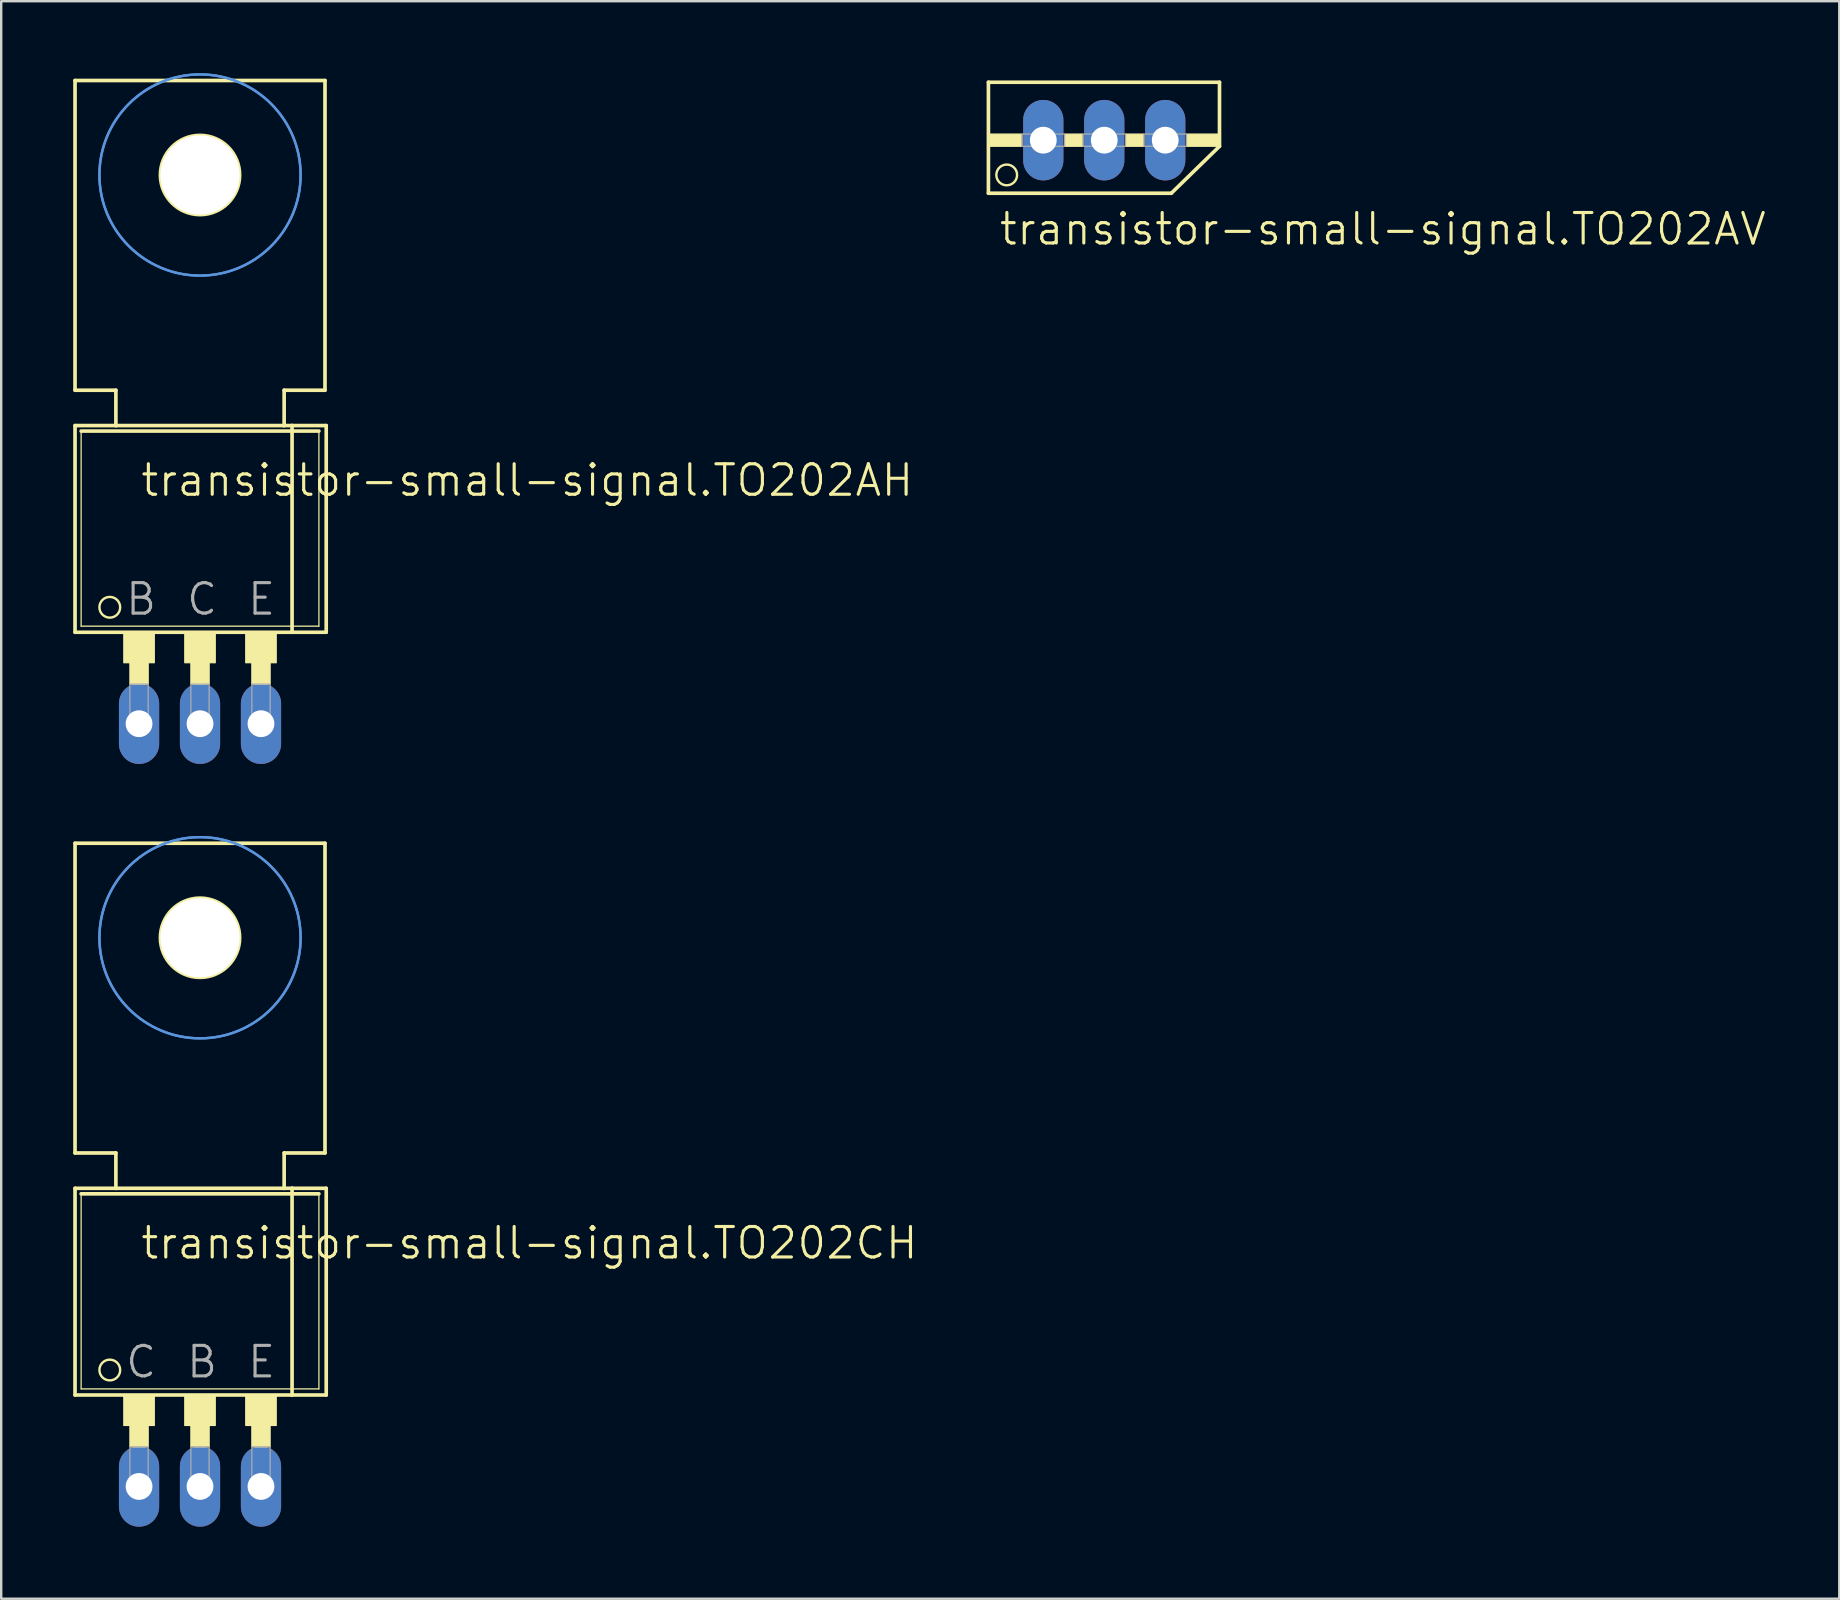
<source format=kicad_pcb>
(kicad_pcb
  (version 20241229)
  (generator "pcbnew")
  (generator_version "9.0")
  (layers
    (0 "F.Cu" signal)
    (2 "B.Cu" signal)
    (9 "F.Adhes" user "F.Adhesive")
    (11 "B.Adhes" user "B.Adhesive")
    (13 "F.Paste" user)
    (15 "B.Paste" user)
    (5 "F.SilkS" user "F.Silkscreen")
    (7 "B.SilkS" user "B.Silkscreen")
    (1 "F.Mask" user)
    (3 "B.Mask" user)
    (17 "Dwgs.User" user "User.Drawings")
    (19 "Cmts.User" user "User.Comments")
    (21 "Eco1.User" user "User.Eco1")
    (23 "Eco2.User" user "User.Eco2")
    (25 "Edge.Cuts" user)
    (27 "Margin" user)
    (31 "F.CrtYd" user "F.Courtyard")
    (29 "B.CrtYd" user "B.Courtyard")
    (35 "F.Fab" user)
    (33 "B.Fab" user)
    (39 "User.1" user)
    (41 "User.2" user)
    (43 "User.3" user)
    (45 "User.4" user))
  (footprint "transistor-small-signal.TO202AV"
    (layer "F.Cu")
    (at 42.955 0.25)
    (property "Reference" "transistor-small-signal.TO202AV" (at -4.445 6.985 0) (layer "F.SilkS") (effects (font (size 1.27 1.27) (thickness 0.13)) (justify left bottom)))
    (attr through_hole)
    (fp_line (start -4.826 0.127) (end 4.801 0.127) (stroke (width 0.152) (type default)) (layer "F.SilkS"))
    (fp_line (start -4.826 4.75) (end -4.826 0.127) (stroke (width 0.152) (type default)) (layer "F.SilkS"))
    (fp_line (start -4.826 4.75) (end 2.794 4.75) (stroke (width 0.152) (type default)) (layer "F.SilkS"))
    (fp_line (start 2.794 4.75) (end 4.801 2.794) (stroke (width 0.152) (type default)) (layer "F.SilkS"))
    (fp_line (start 4.801 0.127) (end 4.801 2.794) (stroke (width 0.152) (type default)) (layer "F.SilkS"))
    (fp_rect (start -4.826 2.794) (end -3.429 2.286) (stroke (width 0.05) (type default)) (fill yes) (layer "F.SilkS"))
    (fp_rect (start -1.651 2.794) (end -0.889 2.286) (stroke (width 0.05) (type default)) (fill yes) (layer "F.SilkS"))
    (fp_rect (start 0.889 2.794) (end 1.651 2.286) (stroke (width 0.05) (type default)) (fill yes) (layer "F.SilkS"))
    (fp_rect (start 3.429 2.794) (end 4.826 2.286) (stroke (width 0.05) (type default)) (fill yes) (layer "F.SilkS"))
    (fp_circle (center -4.064 3.988) (end -3.632 3.988) (stroke (width 0.1) (type default)) (fill no) (layer "F.SilkS"))
    (fp_rect (start -3.429 2.794) (end -1.651 2.286) (stroke (width 0.05) (type default)) (fill no) (layer "F.Fab"))
    (fp_rect (start -0.889 2.794) (end 0.889 2.286) (stroke (width 0.05) (type default)) (fill no) (layer "F.Fab"))
    (fp_rect (start 1.651 2.794) (end 3.429 2.286) (stroke (width 0.05) (type default)) (fill no) (layer "F.Fab"))
    (pad "B" thru_hole oval (at -2.54 2.54 90) (size 3.353 1.676) (drill 1.118) (layers "*.Cu" "*.Mask"))
    (pad "C" thru_hole oval (at 0 2.54 90) (size 3.353 1.676) (drill 1.118) (layers "*.Cu" "*.Mask"))
    (pad "E" thru_hole oval (at 2.54 2.54 90) (size 3.353 1.676) (drill 1.118) (layers "*.Cu" "*.Mask")))
  (footprint "transistor-small-signal.TO202CH"
    (layer "F.Cu")
    (at 5.283 53.798)
    (property "Reference" "transistor-small-signal.TO202CH" (at -2.54 -4.318 0) (layer "F.SilkS") (effects (font (size 1.27 1.27) (thickness 0.13)) (justify left bottom)))
    (attr through_hole)
    (fp_line (start -5.207 -21.717) (end -5.207 -8.814) (stroke (width 0.152) (type default)) (layer "F.SilkS"))
    (fp_line (start -5.207 -7.341) (end -3.505 -7.341) (stroke (width 0.152) (type default)) (layer "F.SilkS"))
    (fp_line (start -5.207 1.27) (end -5.207 -7.341) (stroke (width 0.152) (type default)) (layer "F.SilkS"))
    (fp_line (start -5.207 1.27) (end 3.835 1.27) (stroke (width 0.152) (type default)) (layer "F.SilkS"))
    (fp_line (start -4.953 1.016) (end -4.953 -7.112) (stroke (width 0.051) (type default)) (layer "F.SilkS"))
    (fp_line (start -4.953 1.016) (end 4.953 1.016) (stroke (width 0.051) (type default)) (layer "F.SilkS"))
    (fp_line (start -3.505 -8.814) (end -5.207 -8.814) (stroke (width 0.152) (type default)) (layer "F.SilkS"))
    (fp_line (start -3.505 -7.341) (end -3.505 -8.814) (stroke (width 0.152) (type default)) (layer "F.SilkS"))
    (fp_line (start -3.505 -7.341) (end 3.505 -7.341) (stroke (width 0.152) (type default)) (layer "F.SilkS"))
    (fp_line (start 3.505 -8.814) (end 3.505 -7.341) (stroke (width 0.152) (type default)) (layer "F.SilkS"))
    (fp_line (start 3.505 -7.341) (end 3.835 -7.341) (stroke (width 0.152) (type default)) (layer "F.SilkS"))
    (fp_line (start 3.835 -7.341) (end 5.258 -7.341) (stroke (width 0.152) (type default)) (layer "F.SilkS"))
    (fp_line (start 3.835 1.27) (end 3.835 -7.341) (stroke (width 0.152) (type default)) (layer "F.SilkS"))
    (fp_line (start 3.835 1.27) (end 5.258 1.27) (stroke (width 0.152) (type default)) (layer "F.SilkS"))
    (fp_line (start 4.953 -7.112) (end -4.953 -7.112) (stroke (width 0.152) (type default)) (layer "F.SilkS"))
    (fp_line (start 4.953 -7.112) (end 4.953 1.016) (stroke (width 0.051) (type default)) (layer "F.SilkS"))
    (fp_line (start 5.207 -21.717) (end -5.207 -21.717) (stroke (width 0.152) (type default)) (layer "F.SilkS"))
    (fp_line (start 5.207 -21.717) (end 5.207 -8.814) (stroke (width 0.152) (type default)) (layer "F.SilkS"))
    (fp_line (start 5.207 -8.814) (end 3.505 -8.814) (stroke (width 0.152) (type default)) (layer "F.SilkS"))
    (fp_line (start 5.258 1.27) (end 5.258 -7.341) (stroke (width 0.152) (type default)) (layer "F.SilkS"))
    (fp_rect (start -3.175 2.54) (end -1.905 1.27) (stroke (width 0.05) (type default)) (fill yes) (layer "F.SilkS"))
    (fp_rect (start -2.921 3.429) (end -2.159 2.54) (stroke (width 0.05) (type default)) (fill yes) (layer "F.SilkS"))
    (fp_rect (start -0.635 2.54) (end 0.635 1.27) (stroke (width 0.05) (type default)) (fill yes) (layer "F.SilkS"))
    (fp_rect (start -0.381 3.429) (end 0.381 2.54) (stroke (width 0.05) (type default)) (fill yes) (layer "F.SilkS"))
    (fp_rect (start 1.905 2.54) (end 3.175 1.27) (stroke (width 0.05) (type default)) (fill yes) (layer "F.SilkS"))
    (fp_rect (start 2.159 3.429) (end 2.921 2.54) (stroke (width 0.05) (type default)) (fill yes) (layer "F.SilkS"))
    (fp_circle (center -3.759 0.229) (end -3.327 0.229) (stroke (width 0.1) (type default)) (fill no) (layer "F.SilkS"))
    (fp_circle (center 0 -17.78) (end 1.651 -17.78) (stroke (width 0.152) (type default)) (fill no) (layer "F.SilkS"))
    (fp_circle (center 0 -17.78) (end 4.191 -17.78) (stroke (width 0.1) (type default)) (fill no) (layer "Cmts.User"))
    (fp_circle (center 0 -17.78) (end 4.191 -17.78) (stroke (width 0.1) (type default)) (fill no) (layer "Cmts.User"))
    (fp_rect (start -2.921 5.08) (end -2.159 3.429) (stroke (width 0.05) (type default)) (fill no) (layer "F.Fab"))
    (fp_rect (start -0.381 5.08) (end 0.381 3.429) (stroke (width 0.05) (type default)) (fill no) (layer "F.Fab"))
    (fp_rect (start 2.159 5.08) (end 2.921 3.429) (stroke (width 0.05) (type default)) (fill no) (layer "F.Fab"))
    (fp_text user "C" (at -3.175 0.635 0) (layer "F.Fab") (effects (font (size 1.27 1.27) (thickness 0.13)) (justify left bottom)))
    (fp_text user "E" (at 1.905 0.635 0) (layer "F.Fab") (effects (font (size 1.27 1.27) (thickness 0.13)) (justify left bottom)))
    (fp_text user "B" (at -0.635 0.635 0) (layer "F.Fab") (effects (font (size 1.27 1.27) (thickness 0.13)) (justify left bottom)))
    (pad "" np_thru_hole circle (at 0 -17.78) (size 3.302 3.302) (drill 3.302) (layers "*.Cu" "*.Mask"))
    (pad "B" thru_hole oval (at 0 5.08 90) (size 3.353 1.676) (drill 1.118) (layers "*.Cu" "*.Mask"))
    (pad "C" thru_hole oval (at -2.54 5.08 90) (size 3.353 1.676) (drill 1.118) (layers "*.Cu" "*.Mask"))
    (pad "E" thru_hole oval (at 2.54 5.08 90) (size 3.353 1.676) (drill 1.118) (layers "*.Cu" "*.Mask")))
  (footprint "transistor-small-signal.TO202AH"
    (layer "F.Cu")
    (at 5.283 22.021)
    (property "Reference" "transistor-small-signal.TO202AH" (at -2.54 -4.318 0) (layer "F.SilkS") (effects (font (size 1.27 1.27) (thickness 0.13)) (justify left bottom)))
    (attr through_hole)
    (fp_line (start -5.207 -21.717) (end -5.207 -8.814) (stroke (width 0.152) (type default)) (layer "F.SilkS"))
    (fp_line (start -5.207 -7.341) (end -3.505 -7.341) (stroke (width 0.152) (type default)) (layer "F.SilkS"))
    (fp_line (start -5.207 1.27) (end -5.207 -7.341) (stroke (width 0.152) (type default)) (layer "F.SilkS"))
    (fp_line (start -5.207 1.27) (end 3.835 1.27) (stroke (width 0.152) (type default)) (layer "F.SilkS"))
    (fp_line (start -4.953 1.016) (end -4.953 -7.112) (stroke (width 0.051) (type default)) (layer "F.SilkS"))
    (fp_line (start -4.953 1.016) (end 4.953 1.016) (stroke (width 0.051) (type default)) (layer "F.SilkS"))
    (fp_line (start -3.505 -8.814) (end -5.207 -8.814) (stroke (width 0.152) (type default)) (layer "F.SilkS"))
    (fp_line (start -3.505 -7.341) (end -3.505 -8.814) (stroke (width 0.152) (type default)) (layer "F.SilkS"))
    (fp_line (start -3.505 -7.341) (end 3.505 -7.341) (stroke (width 0.152) (type default)) (layer "F.SilkS"))
    (fp_line (start 3.505 -8.814) (end 3.505 -7.341) (stroke (width 0.152) (type default)) (layer "F.SilkS"))
    (fp_line (start 3.505 -7.341) (end 3.835 -7.341) (stroke (width 0.152) (type default)) (layer "F.SilkS"))
    (fp_line (start 3.835 -7.341) (end 5.258 -7.341) (stroke (width 0.152) (type default)) (layer "F.SilkS"))
    (fp_line (start 3.835 1.27) (end 3.835 -7.341) (stroke (width 0.152) (type default)) (layer "F.SilkS"))
    (fp_line (start 3.835 1.27) (end 5.258 1.27) (stroke (width 0.152) (type default)) (layer "F.SilkS"))
    (fp_line (start 4.953 -7.112) (end -4.953 -7.112) (stroke (width 0.152) (type default)) (layer "F.SilkS"))
    (fp_line (start 4.953 -7.112) (end 4.953 1.016) (stroke (width 0.051) (type default)) (layer "F.SilkS"))
    (fp_line (start 5.207 -21.717) (end -5.207 -21.717) (stroke (width 0.152) (type default)) (layer "F.SilkS"))
    (fp_line (start 5.207 -21.717) (end 5.207 -8.814) (stroke (width 0.152) (type default)) (layer "F.SilkS"))
    (fp_line (start 5.207 -8.814) (end 3.505 -8.814) (stroke (width 0.152) (type default)) (layer "F.SilkS"))
    (fp_line (start 5.258 1.27) (end 5.258 -7.341) (stroke (width 0.152) (type default)) (layer "F.SilkS"))
    (fp_rect (start -3.175 2.54) (end -1.905 1.27) (stroke (width 0.05) (type default)) (fill yes) (layer "F.SilkS"))
    (fp_rect (start -2.921 3.429) (end -2.159 2.54) (stroke (width 0.05) (type default)) (fill yes) (layer "F.SilkS"))
    (fp_rect (start -0.635 2.54) (end 0.635 1.27) (stroke (width 0.05) (type default)) (fill yes) (layer "F.SilkS"))
    (fp_rect (start -0.381 3.429) (end 0.381 2.54) (stroke (width 0.05) (type default)) (fill yes) (layer "F.SilkS"))
    (fp_rect (start 1.905 2.54) (end 3.175 1.27) (stroke (width 0.05) (type default)) (fill yes) (layer "F.SilkS"))
    (fp_rect (start 2.159 3.429) (end 2.921 2.54) (stroke (width 0.05) (type default)) (fill yes) (layer "F.SilkS"))
    (fp_circle (center -3.759 0.229) (end -3.327 0.229) (stroke (width 0.1) (type default)) (fill no) (layer "F.SilkS"))
    (fp_circle (center 0 -17.78) (end 1.651 -17.78) (stroke (width 0.152) (type default)) (fill no) (layer "F.SilkS"))
    (fp_circle (center 0 -17.78) (end 4.191 -17.78) (stroke (width 0.1) (type default)) (fill no) (layer "Cmts.User"))
    (fp_circle (center 0 -17.78) (end 4.191 -17.78) (stroke (width 0.1) (type default)) (fill no) (layer "Cmts.User"))
    (fp_rect (start -2.921 5.08) (end -2.159 3.429) (stroke (width 0.05) (type default)) (fill no) (layer "F.Fab"))
    (fp_rect (start -0.381 5.08) (end 0.381 3.429) (stroke (width 0.05) (type default)) (fill no) (layer "F.Fab"))
    (fp_rect (start 2.159 5.08) (end 2.921 3.429) (stroke (width 0.05) (type default)) (fill no) (layer "F.Fab"))
    (fp_text user "C" (at -0.635 0.635 0) (layer "F.Fab") (effects (font (size 1.27 1.27) (thickness 0.13)) (justify left bottom)))
    (fp_text user "B" (at -3.175 0.635 0) (layer "F.Fab") (effects (font (size 1.27 1.27) (thickness 0.13)) (justify left bottom)))
    (fp_text user "E" (at 1.905 0.635 0) (layer "F.Fab") (effects (font (size 1.27 1.27) (thickness 0.13)) (justify left bottom)))
    (pad "" np_thru_hole circle (at 0 -17.78) (size 3.302 3.302) (drill 3.302) (layers "*.Cu" "*.Mask"))
    (pad "B" thru_hole oval (at -2.54 5.08 90) (size 3.353 1.676) (drill 1.118) (layers "*.Cu" "*.Mask"))
    (pad "C" thru_hole oval (at 0 5.08 90) (size 3.353 1.676) (drill 1.118) (layers "*.Cu" "*.Mask"))
    (pad "E" thru_hole oval (at 2.54 5.08 90) (size 3.353 1.676) (drill 1.118) (layers "*.Cu" "*.Mask")))
  (gr_rect
    (start -3 -3)
    (end 73.577 63.555)
    (stroke (width 0.1) (type default))
    (fill no)
    (layer "Edge.Cuts")))
</source>
